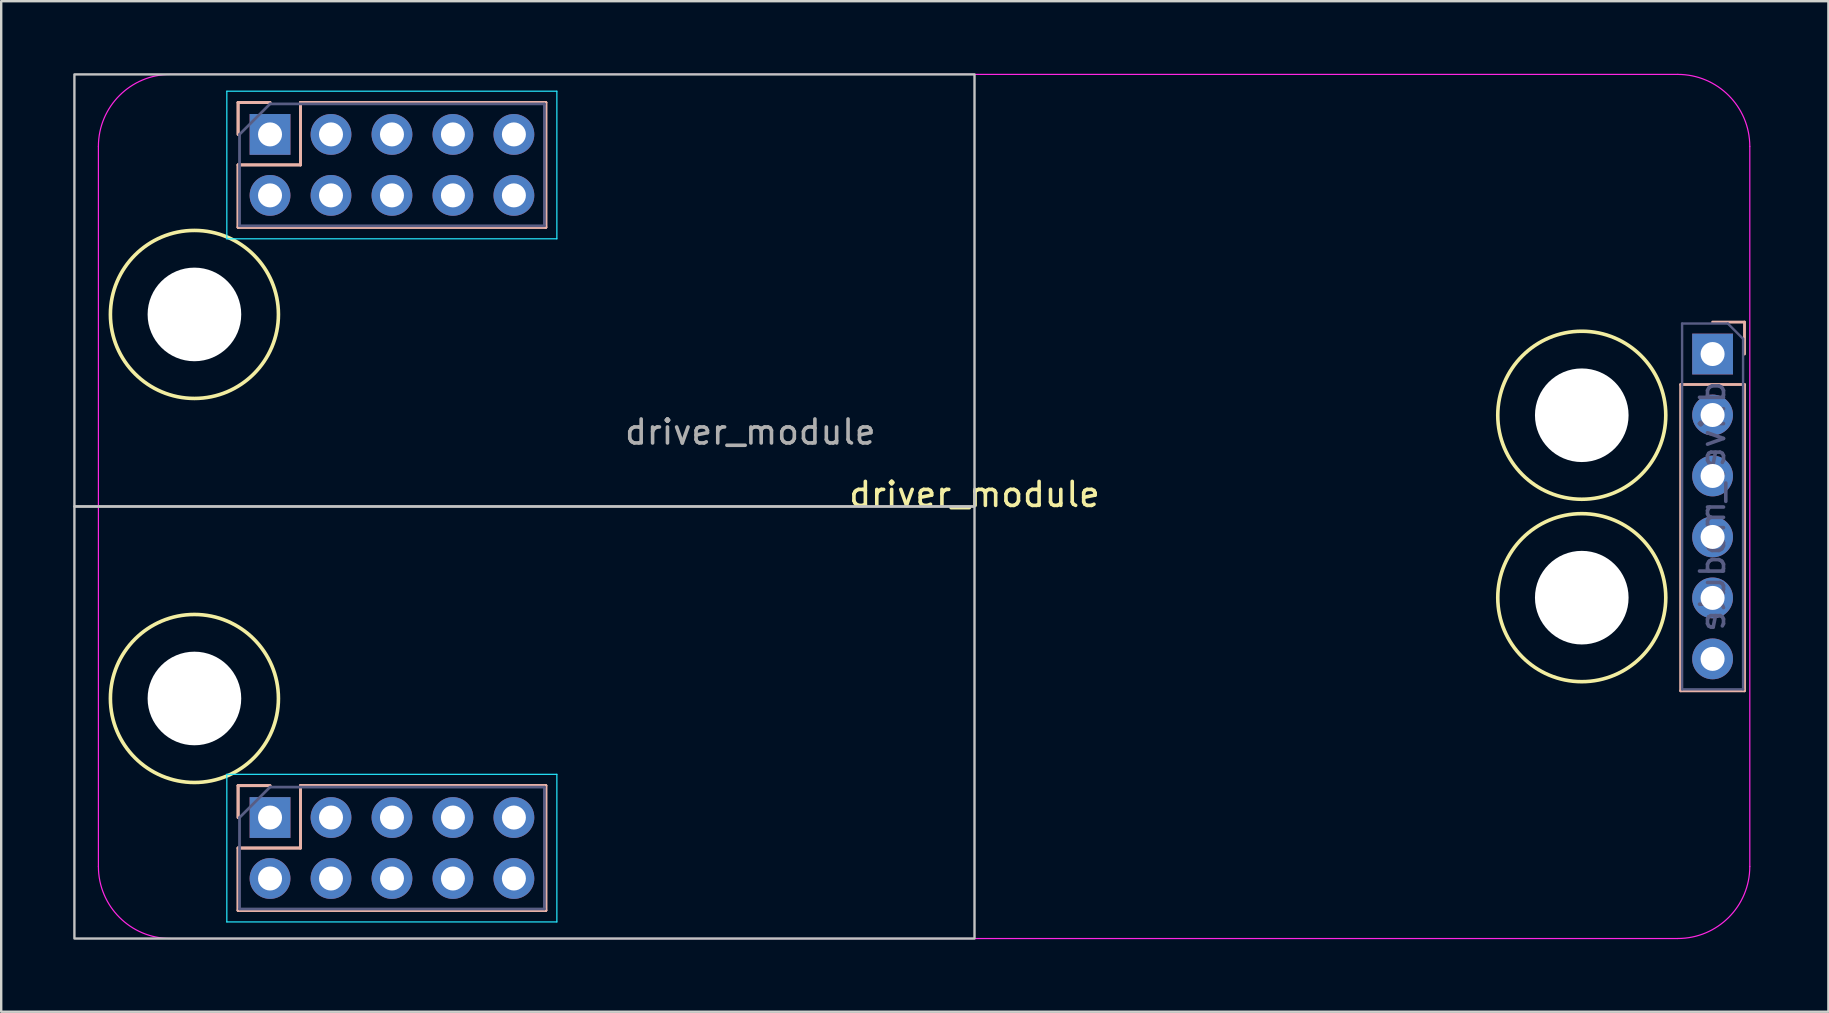
<source format=kicad_pcb>
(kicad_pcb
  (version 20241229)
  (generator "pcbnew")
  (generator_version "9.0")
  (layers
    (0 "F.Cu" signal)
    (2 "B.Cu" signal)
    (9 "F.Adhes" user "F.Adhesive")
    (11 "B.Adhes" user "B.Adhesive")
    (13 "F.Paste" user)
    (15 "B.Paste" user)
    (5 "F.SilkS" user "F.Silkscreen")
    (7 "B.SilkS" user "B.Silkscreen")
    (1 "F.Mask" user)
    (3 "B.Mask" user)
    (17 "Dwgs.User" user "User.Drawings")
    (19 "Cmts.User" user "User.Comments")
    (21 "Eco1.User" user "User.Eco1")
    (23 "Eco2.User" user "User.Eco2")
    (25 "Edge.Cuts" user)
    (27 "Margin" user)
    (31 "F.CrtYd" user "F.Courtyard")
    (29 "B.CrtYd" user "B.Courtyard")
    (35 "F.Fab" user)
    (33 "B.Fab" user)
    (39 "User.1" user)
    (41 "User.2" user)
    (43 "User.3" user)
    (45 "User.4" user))
  (footprint "driver_module"
    (layer "F.Cu")
    (at 37.55 18.05)
    (property "Reference" "driver_module" (at 0 -0.5 0) (unlocked yes) (layer "F.SilkS") (effects (font (size 1 1) (thickness 0.15))))
    (attr through_hole)
    (fp_circle (center -32.5 -8) (end -36 -8) (stroke (width 0.15) (type solid)) (fill no) (layer "F.SilkS"))
    (fp_circle (center -32.5 8) (end -36 8) (stroke (width 0.15) (type solid)) (fill no) (layer "F.SilkS"))
    (fp_circle (center 25.3 -3.8) (end 21.8 -3.8) (stroke (width 0.15) (type solid)) (fill no) (layer "F.SilkS"))
    (fp_circle (center 25.3 3.8) (end 21.8 3.8) (stroke (width 0.15) (type solid)) (fill no) (layer "F.SilkS"))
    (fp_line (start -30.68 -16.83) (end -30.68 -15.5) (stroke (width 0.12) (type solid)) (layer "B.SilkS"))
    (fp_line (start -30.68 -16.83) (end -30.68 -15.5) (stroke (width 0.12) (type solid)) (layer "B.SilkS"))
    (fp_line (start -30.68 -14.23) (end -30.68 -11.63) (stroke (width 0.12) (type solid)) (layer "B.SilkS"))
    (fp_line (start -30.68 -14.23) (end -30.68 -11.63) (stroke (width 0.12) (type solid)) (layer "B.SilkS"))
    (fp_line (start -30.68 -11.63) (end -17.86 -11.63) (stroke (width 0.12) (type solid)) (layer "B.SilkS"))
    (fp_line (start -30.68 -11.63) (end -17.86 -11.63) (stroke (width 0.12) (type solid)) (layer "B.SilkS"))
    (fp_line (start -30.68 11.63) (end -30.68 12.96) (stroke (width 0.12) (type solid)) (layer "B.SilkS"))
    (fp_line (start -30.68 11.63) (end -30.68 12.96) (stroke (width 0.12) (type solid)) (layer "B.SilkS"))
    (fp_line (start -30.68 14.23) (end -30.68 16.83) (stroke (width 0.12) (type solid)) (layer "B.SilkS"))
    (fp_line (start -30.68 14.23) (end -30.68 16.83) (stroke (width 0.12) (type solid)) (layer "B.SilkS"))
    (fp_line (start -30.68 16.83) (end -17.86 16.83) (stroke (width 0.12) (type solid)) (layer "B.SilkS"))
    (fp_line (start -30.68 16.83) (end -17.86 16.83) (stroke (width 0.12) (type solid)) (layer "B.SilkS"))
    (fp_line (start -29.35 -16.83) (end -30.68 -16.83) (stroke (width 0.12) (type solid)) (layer "B.SilkS"))
    (fp_line (start -29.35 -16.83) (end -30.68 -16.83) (stroke (width 0.12) (type solid)) (layer "B.SilkS"))
    (fp_line (start -29.35 11.63) (end -30.68 11.63) (stroke (width 0.12) (type solid)) (layer "B.SilkS"))
    (fp_line (start -29.35 11.63) (end -30.68 11.63) (stroke (width 0.12) (type solid)) (layer "B.SilkS"))
    (fp_line (start -28.08 -16.83) (end -28.08 -14.23) (stroke (width 0.12) (type solid)) (layer "B.SilkS"))
    (fp_line (start -28.08 -16.83) (end -28.08 -14.23) (stroke (width 0.12) (type solid)) (layer "B.SilkS"))
    (fp_line (start -28.08 -16.83) (end -17.86 -16.83) (stroke (width 0.12) (type solid)) (layer "B.SilkS"))
    (fp_line (start -28.08 -16.83) (end -17.86 -16.83) (stroke (width 0.12) (type solid)) (layer "B.SilkS"))
    (fp_line (start -28.08 -14.23) (end -30.68 -14.23) (stroke (width 0.12) (type solid)) (layer "B.SilkS"))
    (fp_line (start -28.08 -14.23) (end -30.68 -14.23) (stroke (width 0.12) (type solid)) (layer "B.SilkS"))
    (fp_line (start -28.08 11.63) (end -28.08 14.23) (stroke (width 0.12) (type solid)) (layer "B.SilkS"))
    (fp_line (start -28.08 11.63) (end -28.08 14.23) (stroke (width 0.12) (type solid)) (layer "B.SilkS"))
    (fp_line (start -28.08 11.63) (end -17.86 11.63) (stroke (width 0.12) (type solid)) (layer "B.SilkS"))
    (fp_line (start -28.08 11.63) (end -17.86 11.63) (stroke (width 0.12) (type solid)) (layer "B.SilkS"))
    (fp_line (start -28.08 14.23) (end -30.68 14.23) (stroke (width 0.12) (type solid)) (layer "B.SilkS"))
    (fp_line (start -28.08 14.23) (end -30.68 14.23) (stroke (width 0.12) (type solid)) (layer "B.SilkS"))
    (fp_line (start -17.86 -16.83) (end -17.86 -11.63) (stroke (width 0.12) (type solid)) (layer "B.SilkS"))
    (fp_line (start -17.86 -16.83) (end -17.86 -11.63) (stroke (width 0.12) (type solid)) (layer "B.SilkS"))
    (fp_line (start -17.86 11.63) (end -17.86 16.83) (stroke (width 0.12) (type solid)) (layer "B.SilkS"))
    (fp_line (start -17.86 11.63) (end -17.86 16.83) (stroke (width 0.12) (type solid)) (layer "B.SilkS"))
    (fp_line (start 29.42 -5.08) (end 29.42 7.68) (stroke (width 0.12) (type solid)) (layer "B.SilkS"))
    (fp_line (start 32.08 -7.68) (end 30.75 -7.68) (stroke (width 0.12) (type solid)) (layer "B.SilkS"))
    (fp_line (start 32.08 -6.35) (end 32.08 -7.68) (stroke (width 0.12) (type solid)) (layer "B.SilkS"))
    (fp_line (start 32.08 -5.08) (end 29.42 -5.08) (stroke (width 0.12) (type solid)) (layer "B.SilkS"))
    (fp_line (start 32.08 -5.08) (end 32.08 7.68) (stroke (width 0.12) (type solid)) (layer "B.SilkS"))
    (fp_line (start 32.08 7.68) (end 29.42 7.68) (stroke (width 0.12) (type solid)) (layer "B.SilkS"))
    (fp_rect (start -37.5 -18) (end 0 0) (stroke (width 0.1) (type default)) (fill no) (layer "Dwgs.User"))
    (fp_rect (start -37.5 0) (end 0 18) (stroke (width 0.1) (type default)) (fill no) (layer "Dwgs.User"))
    (fp_line (start -31.15 -17.3) (end -17.4 -17.3) (stroke (width 0.05) (type solid)) (layer "Eco1.User"))
    (fp_line (start -31.15 -11.15) (end -31.15 -17.3) (stroke (width 0.05) (type solid)) (layer "Eco1.User"))
    (fp_line (start -31.15 11.16) (end -17.4 11.16) (stroke (width 0.05) (type solid)) (layer "Eco1.User"))
    (fp_line (start -31.15 17.31) (end -31.15 11.16) (stroke (width 0.05) (type solid)) (layer "Eco1.User"))
    (fp_line (start -17.4 -17.3) (end -17.4 -11.15) (stroke (width 0.05) (type solid)) (layer "Eco1.User"))
    (fp_line (start -17.4 -11.15) (end -31.15 -11.15) (stroke (width 0.05) (type solid)) (layer "Eco1.User"))
    (fp_line (start -17.4 11.16) (end -17.4 17.31) (stroke (width 0.05) (type solid)) (layer "Eco1.User"))
    (fp_line (start -17.4 17.31) (end -31.15 17.31) (stroke (width 0.05) (type solid)) (layer "Eco1.User"))
    (fp_line (start 28.95 -8.15) (end 32.55 -8.15) (stroke (width 0.05) (type solid)) (layer "Eco1.User"))
    (fp_line (start 28.95 8.15) (end 28.95 -8.15) (stroke (width 0.05) (type solid)) (layer "Eco1.User"))
    (fp_line (start 32.55 -8.15) (end 32.55 8.15) (stroke (width 0.05) (type solid)) (layer "Eco1.User"))
    (fp_line (start 32.55 8.15) (end 28.95 8.15) (stroke (width 0.05) (type solid)) (layer "Eco1.User"))
    (fp_line (start -31.15 -17.3) (end -17.4 -17.3) (stroke (width 0.05) (type solid)) (layer "B.CrtYd"))
    (fp_line (start -31.15 -11.15) (end -31.15 -17.3) (stroke (width 0.05) (type solid)) (layer "B.CrtYd"))
    (fp_line (start -31.15 11.16) (end -17.4 11.16) (stroke (width 0.05) (type solid)) (layer "B.CrtYd"))
    (fp_line (start -31.15 17.31) (end -31.15 11.16) (stroke (width 0.05) (type solid)) (layer "B.CrtYd"))
    (fp_line (start -17.4 -17.3) (end -17.4 -11.15) (stroke (width 0.05) (type solid)) (layer "B.CrtYd"))
    (fp_line (start -17.4 -11.15) (end -31.15 -11.15) (stroke (width 0.05) (type solid)) (layer "B.CrtYd"))
    (fp_line (start -17.4 11.16) (end -17.4 17.31) (stroke (width 0.05) (type solid)) (layer "B.CrtYd"))
    (fp_line (start -17.4 17.31) (end -31.15 17.31) (stroke (width 0.05) (type solid)) (layer "B.CrtYd"))
    (fp_line (start -36.5 15) (end -36.5 -15) (stroke (width 0.05) (type default)) (layer "F.CrtYd"))
    (fp_line (start -33.5 -18) (end 29.3 -18) (stroke (width 0.05) (type default)) (layer "F.CrtYd"))
    (fp_line (start 29.3 18) (end -33.5 18) (stroke (width 0.05) (type default)) (layer "F.CrtYd"))
    (fp_line (start 32.3 -15) (end 32.3 15) (stroke (width 0.05) (type default)) (layer "F.CrtYd"))
    (fp_arc (start -36.5 -15) (mid -35.62132 -17.12132) (end -33.5 -18) (stroke (width 0.05) (type default)) (layer "F.CrtYd"))
    (fp_arc (start -33.5 18) (mid -35.62132 17.12132) (end -36.5 15) (stroke (width 0.05) (type default)) (layer "F.CrtYd"))
    (fp_arc (start 29.3 -18) (mid 31.42132 -17.12132) (end 32.3 -15) (stroke (width 0.05) (type default)) (layer "F.CrtYd"))
    (fp_arc (start 32.3 15) (mid 31.42132 17.12132) (end 29.3 18) (stroke (width 0.05) (type default)) (layer "F.CrtYd"))
    (fp_line (start -30.62 -15.5) (end -30.62 -11.69) (stroke (width 0.1) (type solid)) (layer "B.Fab"))
    (fp_line (start -30.62 -15.5) (end -30.62 -11.69) (stroke (width 0.1) (type solid)) (layer "B.Fab"))
    (fp_line (start -30.62 -11.69) (end -17.92 -11.69) (stroke (width 0.1) (type solid)) (layer "B.Fab"))
    (fp_line (start -30.62 -11.69) (end -17.92 -11.69) (stroke (width 0.1) (type solid)) (layer "B.Fab"))
    (fp_line (start -30.62 12.96) (end -30.62 16.77) (stroke (width 0.1) (type solid)) (layer "B.Fab"))
    (fp_line (start -30.62 12.96) (end -30.62 16.77) (stroke (width 0.1) (type solid)) (layer "B.Fab"))
    (fp_line (start -30.62 16.77) (end -17.92 16.77) (stroke (width 0.1) (type solid)) (layer "B.Fab"))
    (fp_line (start -30.62 16.77) (end -17.92 16.77) (stroke (width 0.1) (type solid)) (layer "B.Fab"))
    (fp_line (start -29.35 -16.77) (end -30.62 -15.5) (stroke (width 0.1) (type solid)) (layer "B.Fab"))
    (fp_line (start -29.35 -16.77) (end -30.62 -15.5) (stroke (width 0.1) (type solid)) (layer "B.Fab"))
    (fp_line (start -29.35 11.69) (end -30.62 12.96) (stroke (width 0.1) (type solid)) (layer "B.Fab"))
    (fp_line (start -29.35 11.69) (end -30.62 12.96) (stroke (width 0.1) (type solid)) (layer "B.Fab"))
    (fp_line (start -17.92 -16.77) (end -29.35 -16.77) (stroke (width 0.1) (type solid)) (layer "B.Fab"))
    (fp_line (start -17.92 -16.77) (end -29.35 -16.77) (stroke (width 0.1) (type solid)) (layer "B.Fab"))
    (fp_line (start -17.92 -11.69) (end -17.92 -16.77) (stroke (width 0.1) (type solid)) (layer "B.Fab"))
    (fp_line (start -17.92 -11.69) (end -17.92 -16.77) (stroke (width 0.1) (type solid)) (layer "B.Fab"))
    (fp_line (start -17.92 11.69) (end -29.35 11.69) (stroke (width 0.1) (type solid)) (layer "B.Fab"))
    (fp_line (start -17.92 11.69) (end -29.35 11.69) (stroke (width 0.1) (type solid)) (layer "B.Fab"))
    (fp_line (start -17.92 16.77) (end -17.92 11.69) (stroke (width 0.1) (type solid)) (layer "B.Fab"))
    (fp_line (start -17.92 16.77) (end -17.92 11.69) (stroke (width 0.1) (type solid)) (layer "B.Fab"))
    (fp_line (start 29.48 -7.62) (end 29.48 7.62) (stroke (width 0.1) (type solid)) (layer "B.Fab"))
    (fp_line (start 29.48 7.62) (end 32.02 7.62) (stroke (width 0.1) (type solid)) (layer "B.Fab"))
    (fp_line (start 31.385 -7.62) (end 29.48 -7.62) (stroke (width 0.1) (type solid)) (layer "B.Fab"))
    (fp_line (start 32.02 -6.985) (end 31.385 -7.62) (stroke (width 0.1) (type solid)) (layer "B.Fab"))
    (fp_line (start 32.02 7.62) (end 32.02 -6.985) (stroke (width 0.1) (type solid)) (layer "B.Fab"))
    (fp_text user "${REFERENCE}" (at 30.75 0 90) (layer "B.Fab") (effects (font (size 1 1) (thickness 0.15)) (justify mirror)))
    (fp_text user "${REFERENCE}" (at -9.34 -3.1 0) (layer "F.Fab") (effects (font (size 1 1) (thickness 0.15))))
    (pad "" np_thru_hole circle (at -32.5 -8 180) (size 3.9 3.9) (drill 3.9) (layers "*.Cu" "*.Mask"))
    (pad "" np_thru_hole circle (at -32.5 8 180) (size 3.9 3.9) (drill 3.9) (layers "*.Cu" "*.Mask"))
    (pad "" np_thru_hole circle (at 25.3 -3.8 180) (size 3.9 3.9) (drill 3.9) (layers "*.Cu" "*.Mask"))
    (pad "" np_thru_hole circle (at 25.3 3.8 180) (size 3.9 3.9) (drill 3.9) (layers "*.Cu" "*.Mask"))
    (pad "1" thru_hole rect (at -29.35 -15.5 270) (size 1.7 1.7) (drill 1) (layers "*.Cu" "*.Mask"))
    (pad "2" thru_hole oval (at -29.35 -12.96 270) (size 1.7 1.7) (drill 1) (layers "*.Cu" "*.Mask"))
    (pad "3" thru_hole oval (at -26.81 -15.5 270) (size 1.7 1.7) (drill 1) (layers "*.Cu" "*.Mask"))
    (pad "4" thru_hole oval (at -26.81 -12.96 270) (size 1.7 1.7) (drill 1) (layers "*.Cu" "*.Mask"))
    (pad "5" thru_hole oval (at -24.27 -15.5 270) (size 1.7 1.7) (drill 1) (layers "*.Cu" "*.Mask"))
    (pad "6" thru_hole oval (at -24.27 -12.96 270) (size 1.7 1.7) (drill 1) (layers "*.Cu" "*.Mask"))
    (pad "7" thru_hole oval (at -21.73 -15.5 270) (size 1.7 1.7) (drill 1) (layers "*.Cu" "*.Mask"))
    (pad "8" thru_hole oval (at -21.73 -12.96 270) (size 1.7 1.7) (drill 1) (layers "*.Cu" "*.Mask"))
    (pad "9" thru_hole oval (at -19.19 -15.5 270) (size 1.7 1.7) (drill 1) (layers "*.Cu" "*.Mask"))
    (pad "10" thru_hole oval (at -19.19 -12.96 270) (size 1.7 1.7) (drill 1) (layers "*.Cu" "*.Mask"))
    (pad "11" thru_hole rect (at -29.35 12.96 270) (size 1.7 1.7) (drill 1) (layers "*.Cu" "*.Mask"))
    (pad "12" thru_hole oval (at -29.35 15.5 270) (size 1.7 1.7) (drill 1) (layers "*.Cu" "*.Mask"))
    (pad "13" thru_hole oval (at -26.81 12.96 270) (size 1.7 1.7) (drill 1) (layers "*.Cu" "*.Mask"))
    (pad "14" thru_hole oval (at -26.81 15.5 270) (size 1.7 1.7) (drill 1) (layers "*.Cu" "*.Mask"))
    (pad "15" thru_hole oval (at -24.27 12.96 270) (size 1.7 1.7) (drill 1) (layers "*.Cu" "*.Mask"))
    (pad "16" thru_hole oval (at -24.27 15.5 270) (size 1.7 1.7) (drill 1) (layers "*.Cu" "*.Mask"))
    (pad "17" thru_hole oval (at -21.73 12.96 270) (size 1.7 1.7) (drill 1) (layers "*.Cu" "*.Mask"))
    (pad "18" thru_hole oval (at -21.73 15.5 270) (size 1.7 1.7) (drill 1) (layers "*.Cu" "*.Mask"))
    (pad "19" thru_hole oval (at -19.19 12.96 270) (size 1.7 1.7) (drill 1) (layers "*.Cu" "*.Mask"))
    (pad "20" thru_hole oval (at -19.19 15.5 270) (size 1.7 1.7) (drill 1) (layers "*.Cu" "*.Mask"))
    (pad "21" thru_hole rect (at 30.75 -6.35 180) (size 1.7 1.7) (drill 1) (layers "*.Cu" "*.Mask"))
    (pad "22" thru_hole oval (at 30.75 -3.81 180) (size 1.7 1.7) (drill 1) (layers "*.Cu" "*.Mask"))
    (pad "23" thru_hole oval (at 30.75 -1.27 180) (size 1.7 1.7) (drill 1) (layers "*.Cu" "*.Mask"))
    (pad "24" thru_hole oval (at 30.75 1.27 180) (size 1.7 1.7) (drill 1) (layers "*.Cu" "*.Mask"))
    (pad "25" thru_hole oval (at 30.75 3.81 180) (size 1.7 1.7) (drill 1) (layers "*.Cu" "*.Mask"))
    (pad "26" thru_hole oval (at 30.75 6.35 180) (size 1.7 1.7) (drill 1) (layers "*.Cu" "*.Mask")))
  (gr_rect
    (start -3 -3)
    (end 73.125 39.1)
    (stroke (width 0.1) (type default))
    (fill no)
    (layer "Edge.Cuts")))
</source>
